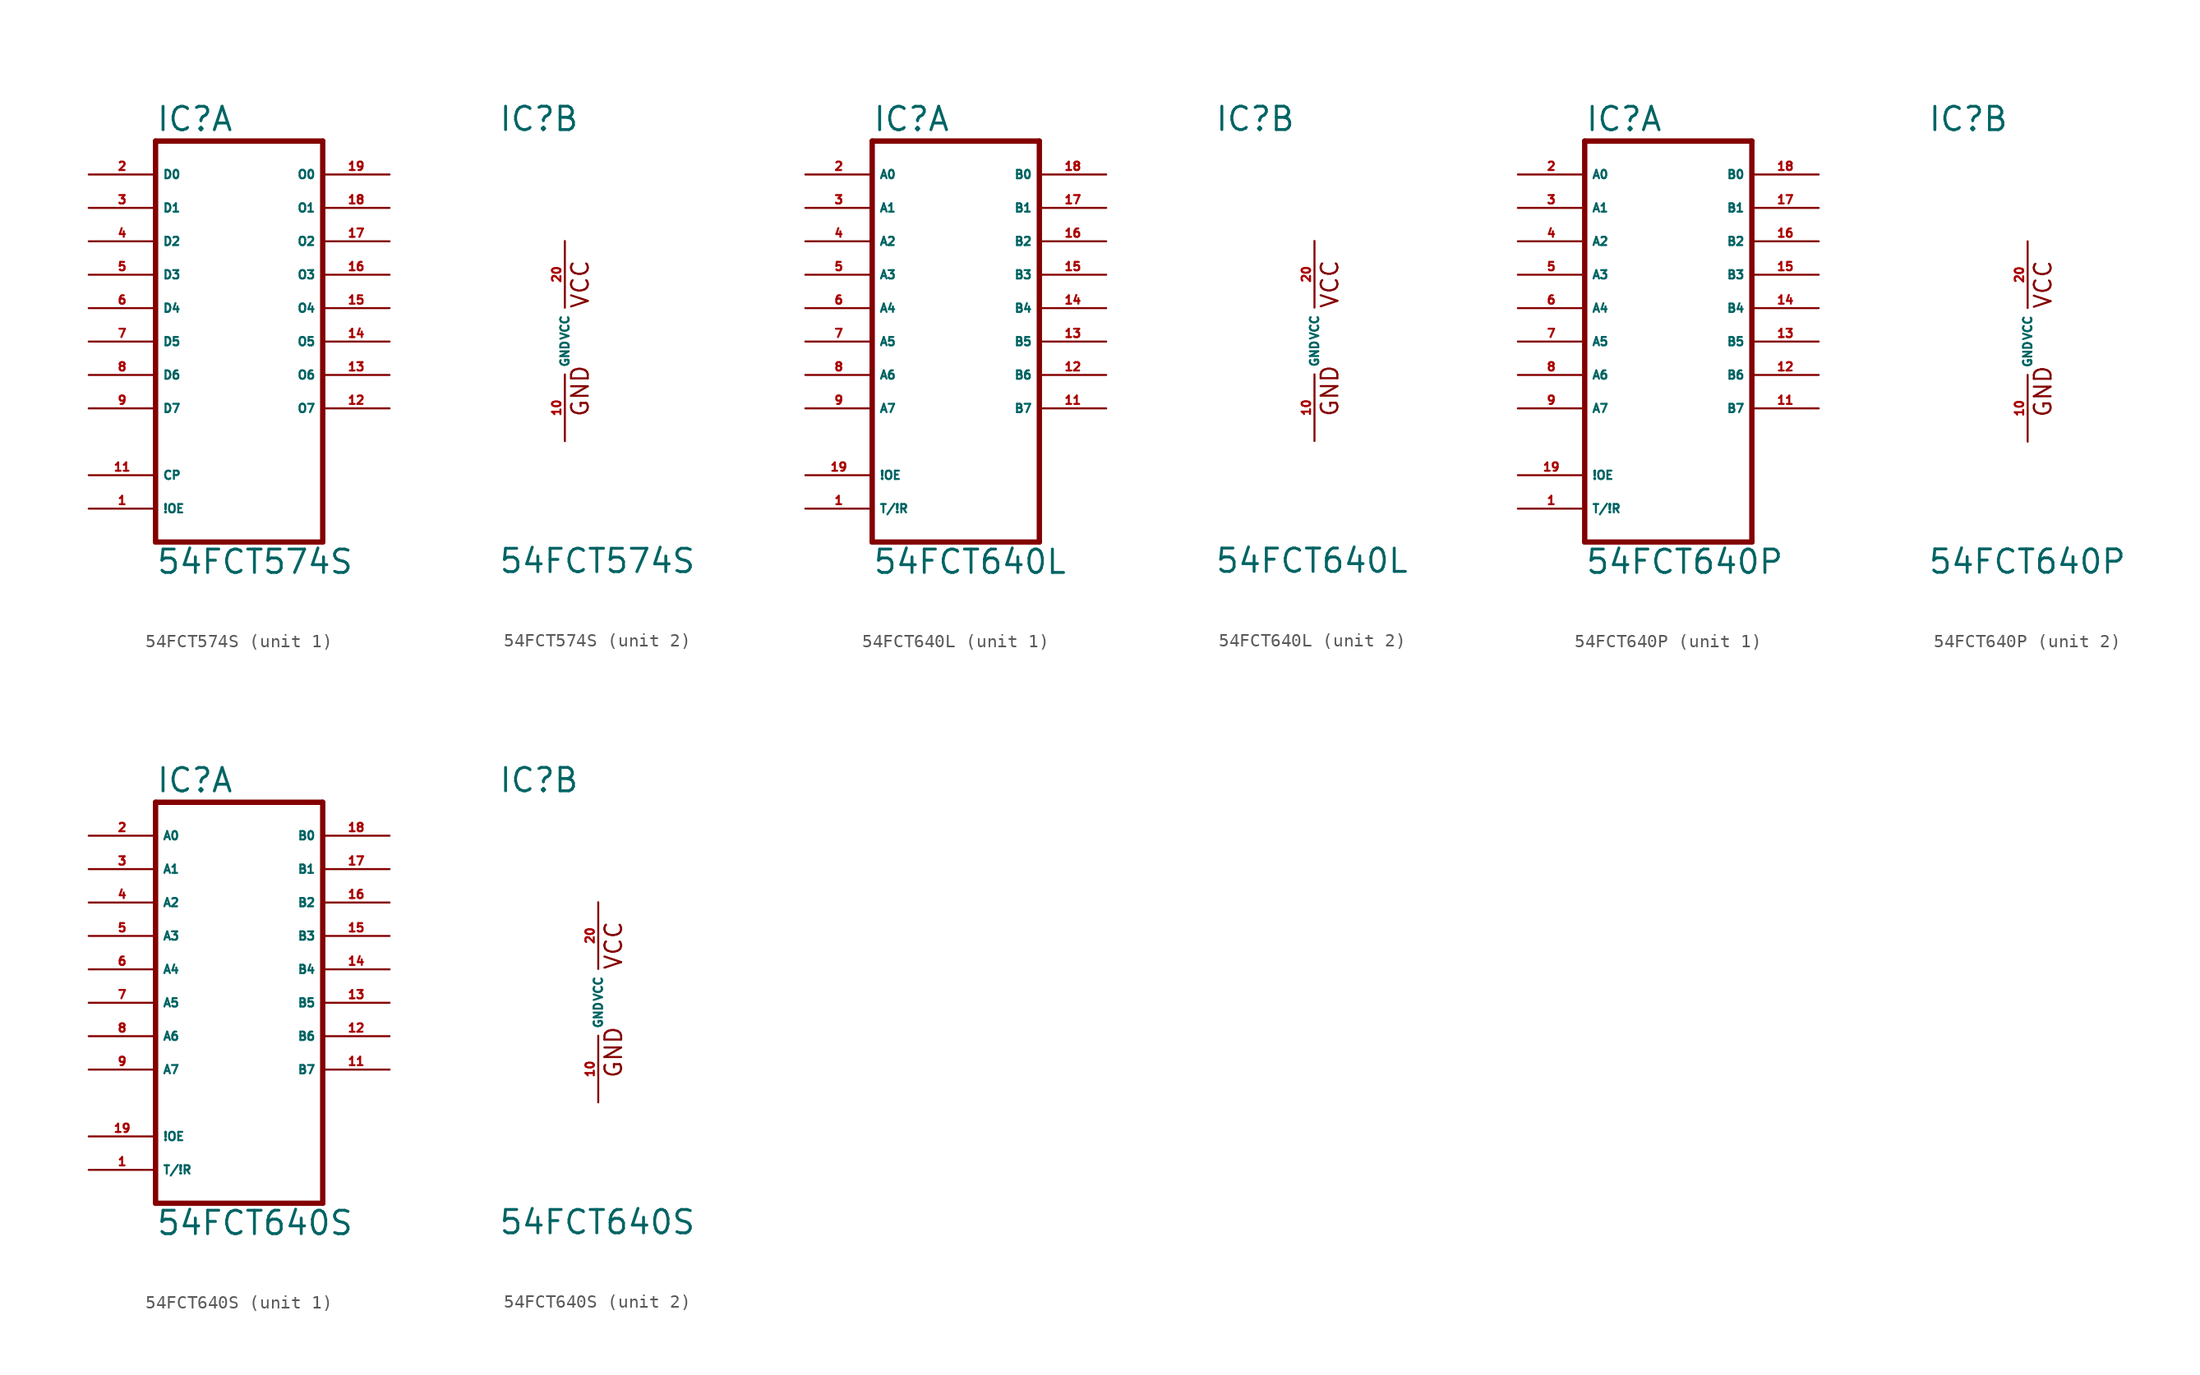
<source format=kicad_sym>
(kicad_symbol_lib
  (version 20220914)
  (generator Eagle2Kicad)
  (symbol "54FCT574S"
    (property "Reference" "IC"
      (at -5.08 15.875 0)
      (effects (font (size 1.778 1.778) (thickness 0.22)) (justify left bottom)))
    (property "Value" "54FCT574S"
      (at -5.08 -17.78 0)
      (effects (font (size 1.778 1.778) (thickness 0.22)) (justify left bottom)))
    (symbol "54FCT574S_1_0"
      (polyline (pts (xy -5.08 -15.24) (xy 7.62 -15.24)) (stroke (width 0.406) (type default)) (fill (type none)))
      (polyline (pts (xy 7.62 -15.24) (xy 7.62 15.24)) (stroke (width 0.406) (type default)) (fill (type none)))
      (polyline (pts (xy 7.62 15.24) (xy -5.08 15.24)) (stroke (width 0.406) (type default)) (fill (type none)))
      (polyline (pts (xy -5.08 15.24) (xy -5.08 -15.24)) (stroke (width 0.406) (type default)) (fill (type none)))
      (pin input line (at -10.16 12.7 0) (length 5.08) (name "D0" (effects (font (size 0.635 0.635) (thickness 0.08)) (justify left bottom))) (number "2" (effects (font (size 0.635 0.635) (thickness 0.08)) (justify left bottom))))
      (pin input line (at -10.16 10.16 0) (length 5.08) (name "D1" (effects (font (size 0.635 0.635) (thickness 0.08)) (justify left bottom))) (number "3" (effects (font (size 0.635 0.635) (thickness 0.08)) (justify left bottom))))
      (pin input line (at -10.16 7.62 0) (length 5.08) (name "D2" (effects (font (size 0.635 0.635) (thickness 0.08)) (justify left bottom))) (number "4" (effects (font (size 0.635 0.635) (thickness 0.08)) (justify left bottom))))
      (pin input line (at -10.16 5.08 0) (length 5.08) (name "D3" (effects (font (size 0.635 0.635) (thickness 0.08)) (justify left bottom))) (number "5" (effects (font (size 0.635 0.635) (thickness 0.08)) (justify left bottom))))
      (pin input line (at -10.16 2.54 0) (length 5.08) (name "D4" (effects (font (size 0.635 0.635) (thickness 0.08)) (justify left bottom))) (number "6" (effects (font (size 0.635 0.635) (thickness 0.08)) (justify left bottom))))
      (pin input line (at -10.16 0 0) (length 5.08) (name "D5" (effects (font (size 0.635 0.635) (thickness 0.08)) (justify left bottom))) (number "7" (effects (font (size 0.635 0.635) (thickness 0.08)) (justify left bottom))))
      (pin input line (at -10.16 -2.54 0) (length 5.08) (name "D6" (effects (font (size 0.635 0.635) (thickness 0.08)) (justify left bottom))) (number "8" (effects (font (size 0.635 0.635) (thickness 0.08)) (justify left bottom))))
      (pin input line (at -10.16 -5.08 0) (length 5.08) (name "D7" (effects (font (size 0.635 0.635) (thickness 0.08)) (justify left bottom))) (number "9" (effects (font (size 0.635 0.635) (thickness 0.08)) (justify left bottom))))
      (pin input line (at -10.16 -10.16 0) (length 5.08) (name "CP" (effects (font (size 0.635 0.635) (thickness 0.08)) (justify left bottom))) (number "11" (effects (font (size 0.635 0.635) (thickness 0.08)) (justify left bottom))))
      (pin input line (at -10.16 -12.7 0) (length 5.08) (name "!OE" (effects (font (size 0.635 0.635) (thickness 0.08)) (justify left bottom))) (number "1" (effects (font (size 0.635 0.635) (thickness 0.08)) (justify left bottom))))
      (pin output line (at 12.7 12.7 180) (length 5.08) (name "O0" (effects (font (size 0.635 0.635) (thickness 0.08)) (justify left bottom))) (number "19" (effects (font (size 0.635 0.635) (thickness 0.08)) (justify left bottom))))
      (pin output line (at 12.7 10.16 180) (length 5.08) (name "O1" (effects (font (size 0.635 0.635) (thickness 0.08)) (justify left bottom))) (number "18" (effects (font (size 0.635 0.635) (thickness 0.08)) (justify left bottom))))
      (pin output line (at 12.7 7.62 180) (length 5.08) (name "O2" (effects (font (size 0.635 0.635) (thickness 0.08)) (justify left bottom))) (number "17" (effects (font (size 0.635 0.635) (thickness 0.08)) (justify left bottom))))
      (pin output line (at 12.7 5.08 180) (length 5.08) (name "O3" (effects (font (size 0.635 0.635) (thickness 0.08)) (justify left bottom))) (number "16" (effects (font (size 0.635 0.635) (thickness 0.08)) (justify left bottom))))
      (pin output line (at 12.7 2.54 180) (length 5.08) (name "O4" (effects (font (size 0.635 0.635) (thickness 0.08)) (justify left bottom))) (number "15" (effects (font (size 0.635 0.635) (thickness 0.08)) (justify left bottom))))
      (pin output line (at 12.7 0 180) (length 5.08) (name "O5" (effects (font (size 0.635 0.635) (thickness 0.08)) (justify left bottom))) (number "14" (effects (font (size 0.635 0.635) (thickness 0.08)) (justify left bottom))))
      (pin output line (at 12.7 -2.54 180) (length 5.08) (name "O6" (effects (font (size 0.635 0.635) (thickness 0.08)) (justify left bottom))) (number "13" (effects (font (size 0.635 0.635) (thickness 0.08)) (justify left bottom))))
      (pin output line (at 12.7 -5.08 180) (length 5.08) (name "O7" (effects (font (size 0.635 0.635) (thickness 0.08)) (justify left bottom))) (number "12" (effects (font (size 0.635 0.635) (thickness 0.08)) (justify left bottom)))))
    (symbol "54FCT574S_2_0"
      (text "GND" (at 1.905 -5.842 900) (effects (font (size 1.27 1.27) (thickness 0.16)) (justify left bottom)))
      (text "VCC" (at 1.905 2.413 900) (effects (font (size 1.27 1.27) (thickness 0.16)) (justify left bottom)))
      (pin unspecified line (at 0 7.62 270) (length 5.08) (name "VCC" (effects (font (size 0.635 0.635) (thickness 0.08)) (justify left bottom))) (number "20" (effects (font (size 0.635 0.635) (thickness 0.08)) (justify left bottom))))
      (pin unspecified line (at 0 -7.62 90) (length 5.08) (name "GND" (effects (font (size 0.635 0.635) (thickness 0.08)) (justify left bottom))) (number "10" (effects (font (size 0.635 0.635) (thickness 0.08)) (justify left bottom))))))
  (symbol "54FCT640L"
    (property "Reference" "IC"
      (at -7.62 15.875 0)
      (effects (font (size 1.778 1.778) (thickness 0.22)) (justify left bottom)))
    (property "Value" "54FCT640L"
      (at -7.62 -17.78 0)
      (effects (font (size 1.778 1.778) (thickness 0.22)) (justify left bottom)))
    (symbol "54FCT640L_1_0"
      (polyline (pts (xy -7.62 -15.24) (xy 5.08 -15.24)) (stroke (width 0.406) (type default)) (fill (type none)))
      (polyline (pts (xy 5.08 -15.24) (xy 5.08 15.24)) (stroke (width 0.406) (type default)) (fill (type none)))
      (polyline (pts (xy 5.08 15.24) (xy -7.62 15.24)) (stroke (width 0.406) (type default)) (fill (type none)))
      (polyline (pts (xy -7.62 15.24) (xy -7.62 -15.24)) (stroke (width 0.406) (type default)) (fill (type none)))
      (pin bidirectional line (at -12.7 12.7 0) (length 5.08) (name "A0" (effects (font (size 0.635 0.635) (thickness 0.08)) (justify left bottom))) (number "2" (effects (font (size 0.635 0.635) (thickness 0.08)) (justify left bottom))))
      (pin bidirectional line (at -12.7 10.16 0) (length 5.08) (name "A1" (effects (font (size 0.635 0.635) (thickness 0.08)) (justify left bottom))) (number "3" (effects (font (size 0.635 0.635) (thickness 0.08)) (justify left bottom))))
      (pin bidirectional line (at -12.7 7.62 0) (length 5.08) (name "A2" (effects (font (size 0.635 0.635) (thickness 0.08)) (justify left bottom))) (number "4" (effects (font (size 0.635 0.635) (thickness 0.08)) (justify left bottom))))
      (pin bidirectional line (at -12.7 5.08 0) (length 5.08) (name "A3" (effects (font (size 0.635 0.635) (thickness 0.08)) (justify left bottom))) (number "5" (effects (font (size 0.635 0.635) (thickness 0.08)) (justify left bottom))))
      (pin bidirectional line (at -12.7 2.54 0) (length 5.08) (name "A4" (effects (font (size 0.635 0.635) (thickness 0.08)) (justify left bottom))) (number "6" (effects (font (size 0.635 0.635) (thickness 0.08)) (justify left bottom))))
      (pin bidirectional line (at -12.7 0 0) (length 5.08) (name "A5" (effects (font (size 0.635 0.635) (thickness 0.08)) (justify left bottom))) (number "7" (effects (font (size 0.635 0.635) (thickness 0.08)) (justify left bottom))))
      (pin bidirectional line (at -12.7 -2.54 0) (length 5.08) (name "A6" (effects (font (size 0.635 0.635) (thickness 0.08)) (justify left bottom))) (number "8" (effects (font (size 0.635 0.635) (thickness 0.08)) (justify left bottom))))
      (pin bidirectional line (at -12.7 -5.08 0) (length 5.08) (name "A7" (effects (font (size 0.635 0.635) (thickness 0.08)) (justify left bottom))) (number "9" (effects (font (size 0.635 0.635) (thickness 0.08)) (justify left bottom))))
      (pin bidirectional line (at 10.16 12.7 180) (length 5.08) (name "B0" (effects (font (size 0.635 0.635) (thickness 0.08)) (justify left bottom))) (number "18" (effects (font (size 0.635 0.635) (thickness 0.08)) (justify left bottom))))
      (pin bidirectional line (at 10.16 10.16 180) (length 5.08) (name "B1" (effects (font (size 0.635 0.635) (thickness 0.08)) (justify left bottom))) (number "17" (effects (font (size 0.635 0.635) (thickness 0.08)) (justify left bottom))))
      (pin bidirectional line (at 10.16 7.62 180) (length 5.08) (name "B2" (effects (font (size 0.635 0.635) (thickness 0.08)) (justify left bottom))) (number "16" (effects (font (size 0.635 0.635) (thickness 0.08)) (justify left bottom))))
      (pin bidirectional line (at 10.16 5.08 180) (length 5.08) (name "B3" (effects (font (size 0.635 0.635) (thickness 0.08)) (justify left bottom))) (number "15" (effects (font (size 0.635 0.635) (thickness 0.08)) (justify left bottom))))
      (pin bidirectional line (at 10.16 2.54 180) (length 5.08) (name "B4" (effects (font (size 0.635 0.635) (thickness 0.08)) (justify left bottom))) (number "14" (effects (font (size 0.635 0.635) (thickness 0.08)) (justify left bottom))))
      (pin bidirectional line (at 10.16 0 180) (length 5.08) (name "B5" (effects (font (size 0.635 0.635) (thickness 0.08)) (justify left bottom))) (number "13" (effects (font (size 0.635 0.635) (thickness 0.08)) (justify left bottom))))
      (pin bidirectional line (at 10.16 -2.54 180) (length 5.08) (name "B6" (effects (font (size 0.635 0.635) (thickness 0.08)) (justify left bottom))) (number "12" (effects (font (size 0.635 0.635) (thickness 0.08)) (justify left bottom))))
      (pin bidirectional line (at 10.16 -5.08 180) (length 5.08) (name "B7" (effects (font (size 0.635 0.635) (thickness 0.08)) (justify left bottom))) (number "11" (effects (font (size 0.635 0.635) (thickness 0.08)) (justify left bottom))))
      (pin input line (at -12.7 -10.16 0) (length 5.08) (name "!OE" (effects (font (size 0.635 0.635) (thickness 0.08)) (justify left bottom))) (number "19" (effects (font (size 0.635 0.635) (thickness 0.08)) (justify left bottom))))
      (pin input line (at -12.7 -12.7 0) (length 5.08) (name "T/!R" (effects (font (size 0.635 0.635) (thickness 0.08)) (justify left bottom))) (number "1" (effects (font (size 0.635 0.635) (thickness 0.08)) (justify left bottom)))))
    (symbol "54FCT640L_2_0"
      (text "GND" (at 1.905 -5.842 900) (effects (font (size 1.27 1.27) (thickness 0.16)) (justify left bottom)))
      (text "VCC" (at 1.905 2.413 900) (effects (font (size 1.27 1.27) (thickness 0.16)) (justify left bottom)))
      (pin unspecified line (at 0 7.62 270) (length 5.08) (name "VCC" (effects (font (size 0.635 0.635) (thickness 0.08)) (justify left bottom))) (number "20" (effects (font (size 0.635 0.635) (thickness 0.08)) (justify left bottom))))
      (pin unspecified line (at 0 -7.62 90) (length 5.08) (name "GND" (effects (font (size 0.635 0.635) (thickness 0.08)) (justify left bottom))) (number "10" (effects (font (size 0.635 0.635) (thickness 0.08)) (justify left bottom))))))
  (symbol "54FCT640P"
    (property "Reference" "IC"
      (at -7.62 15.875 0)
      (effects (font (size 1.778 1.778) (thickness 0.22)) (justify left bottom)))
    (property "Value" "54FCT640P"
      (at -7.62 -17.78 0)
      (effects (font (size 1.778 1.778) (thickness 0.22)) (justify left bottom)))
    (symbol "54FCT640P_1_0"
      (polyline (pts (xy -7.62 -15.24) (xy 5.08 -15.24)) (stroke (width 0.406) (type default)) (fill (type none)))
      (polyline (pts (xy 5.08 -15.24) (xy 5.08 15.24)) (stroke (width 0.406) (type default)) (fill (type none)))
      (polyline (pts (xy 5.08 15.24) (xy -7.62 15.24)) (stroke (width 0.406) (type default)) (fill (type none)))
      (polyline (pts (xy -7.62 15.24) (xy -7.62 -15.24)) (stroke (width 0.406) (type default)) (fill (type none)))
      (pin bidirectional line (at -12.7 12.7 0) (length 5.08) (name "A0" (effects (font (size 0.635 0.635) (thickness 0.08)) (justify left bottom))) (number "2" (effects (font (size 0.635 0.635) (thickness 0.08)) (justify left bottom))))
      (pin bidirectional line (at -12.7 10.16 0) (length 5.08) (name "A1" (effects (font (size 0.635 0.635) (thickness 0.08)) (justify left bottom))) (number "3" (effects (font (size 0.635 0.635) (thickness 0.08)) (justify left bottom))))
      (pin bidirectional line (at -12.7 7.62 0) (length 5.08) (name "A2" (effects (font (size 0.635 0.635) (thickness 0.08)) (justify left bottom))) (number "4" (effects (font (size 0.635 0.635) (thickness 0.08)) (justify left bottom))))
      (pin bidirectional line (at -12.7 5.08 0) (length 5.08) (name "A3" (effects (font (size 0.635 0.635) (thickness 0.08)) (justify left bottom))) (number "5" (effects (font (size 0.635 0.635) (thickness 0.08)) (justify left bottom))))
      (pin bidirectional line (at -12.7 2.54 0) (length 5.08) (name "A4" (effects (font (size 0.635 0.635) (thickness 0.08)) (justify left bottom))) (number "6" (effects (font (size 0.635 0.635) (thickness 0.08)) (justify left bottom))))
      (pin bidirectional line (at -12.7 0 0) (length 5.08) (name "A5" (effects (font (size 0.635 0.635) (thickness 0.08)) (justify left bottom))) (number "7" (effects (font (size 0.635 0.635) (thickness 0.08)) (justify left bottom))))
      (pin bidirectional line (at -12.7 -2.54 0) (length 5.08) (name "A6" (effects (font (size 0.635 0.635) (thickness 0.08)) (justify left bottom))) (number "8" (effects (font (size 0.635 0.635) (thickness 0.08)) (justify left bottom))))
      (pin bidirectional line (at -12.7 -5.08 0) (length 5.08) (name "A7" (effects (font (size 0.635 0.635) (thickness 0.08)) (justify left bottom))) (number "9" (effects (font (size 0.635 0.635) (thickness 0.08)) (justify left bottom))))
      (pin bidirectional line (at 10.16 12.7 180) (length 5.08) (name "B0" (effects (font (size 0.635 0.635) (thickness 0.08)) (justify left bottom))) (number "18" (effects (font (size 0.635 0.635) (thickness 0.08)) (justify left bottom))))
      (pin bidirectional line (at 10.16 10.16 180) (length 5.08) (name "B1" (effects (font (size 0.635 0.635) (thickness 0.08)) (justify left bottom))) (number "17" (effects (font (size 0.635 0.635) (thickness 0.08)) (justify left bottom))))
      (pin bidirectional line (at 10.16 7.62 180) (length 5.08) (name "B2" (effects (font (size 0.635 0.635) (thickness 0.08)) (justify left bottom))) (number "16" (effects (font (size 0.635 0.635) (thickness 0.08)) (justify left bottom))))
      (pin bidirectional line (at 10.16 5.08 180) (length 5.08) (name "B3" (effects (font (size 0.635 0.635) (thickness 0.08)) (justify left bottom))) (number "15" (effects (font (size 0.635 0.635) (thickness 0.08)) (justify left bottom))))
      (pin bidirectional line (at 10.16 2.54 180) (length 5.08) (name "B4" (effects (font (size 0.635 0.635) (thickness 0.08)) (justify left bottom))) (number "14" (effects (font (size 0.635 0.635) (thickness 0.08)) (justify left bottom))))
      (pin bidirectional line (at 10.16 0 180) (length 5.08) (name "B5" (effects (font (size 0.635 0.635) (thickness 0.08)) (justify left bottom))) (number "13" (effects (font (size 0.635 0.635) (thickness 0.08)) (justify left bottom))))
      (pin bidirectional line (at 10.16 -2.54 180) (length 5.08) (name "B6" (effects (font (size 0.635 0.635) (thickness 0.08)) (justify left bottom))) (number "12" (effects (font (size 0.635 0.635) (thickness 0.08)) (justify left bottom))))
      (pin bidirectional line (at 10.16 -5.08 180) (length 5.08) (name "B7" (effects (font (size 0.635 0.635) (thickness 0.08)) (justify left bottom))) (number "11" (effects (font (size 0.635 0.635) (thickness 0.08)) (justify left bottom))))
      (pin input line (at -12.7 -10.16 0) (length 5.08) (name "!OE" (effects (font (size 0.635 0.635) (thickness 0.08)) (justify left bottom))) (number "19" (effects (font (size 0.635 0.635) (thickness 0.08)) (justify left bottom))))
      (pin input line (at -12.7 -12.7 0) (length 5.08) (name "T/!R" (effects (font (size 0.635 0.635) (thickness 0.08)) (justify left bottom))) (number "1" (effects (font (size 0.635 0.635) (thickness 0.08)) (justify left bottom)))))
    (symbol "54FCT640P_2_0"
      (text "GND" (at 1.905 -5.842 900) (effects (font (size 1.27 1.27) (thickness 0.16)) (justify left bottom)))
      (text "VCC" (at 1.905 2.413 900) (effects (font (size 1.27 1.27) (thickness 0.16)) (justify left bottom)))
      (pin unspecified line (at 0 7.62 270) (length 5.08) (name "VCC" (effects (font (size 0.635 0.635) (thickness 0.08)) (justify left bottom))) (number "20" (effects (font (size 0.635 0.635) (thickness 0.08)) (justify left bottom))))
      (pin unspecified line (at 0 -7.62 90) (length 5.08) (name "GND" (effects (font (size 0.635 0.635) (thickness 0.08)) (justify left bottom))) (number "10" (effects (font (size 0.635 0.635) (thickness 0.08)) (justify left bottom))))))
  (symbol "54FCT640S"
    (property "Reference" "IC"
      (at -7.62 15.875 0)
      (effects (font (size 1.778 1.778) (thickness 0.22)) (justify left bottom)))
    (property "Value" "54FCT640S"
      (at -7.62 -17.78 0)
      (effects (font (size 1.778 1.778) (thickness 0.22)) (justify left bottom)))
    (symbol "54FCT640S_1_0"
      (polyline (pts (xy -7.62 -15.24) (xy 5.08 -15.24)) (stroke (width 0.406) (type default)) (fill (type none)))
      (polyline (pts (xy 5.08 -15.24) (xy 5.08 15.24)) (stroke (width 0.406) (type default)) (fill (type none)))
      (polyline (pts (xy 5.08 15.24) (xy -7.62 15.24)) (stroke (width 0.406) (type default)) (fill (type none)))
      (polyline (pts (xy -7.62 15.24) (xy -7.62 -15.24)) (stroke (width 0.406) (type default)) (fill (type none)))
      (pin bidirectional line (at -12.7 12.7 0) (length 5.08) (name "A0" (effects (font (size 0.635 0.635) (thickness 0.08)) (justify left bottom))) (number "2" (effects (font (size 0.635 0.635) (thickness 0.08)) (justify left bottom))))
      (pin bidirectional line (at -12.7 10.16 0) (length 5.08) (name "A1" (effects (font (size 0.635 0.635) (thickness 0.08)) (justify left bottom))) (number "3" (effects (font (size 0.635 0.635) (thickness 0.08)) (justify left bottom))))
      (pin bidirectional line (at -12.7 7.62 0) (length 5.08) (name "A2" (effects (font (size 0.635 0.635) (thickness 0.08)) (justify left bottom))) (number "4" (effects (font (size 0.635 0.635) (thickness 0.08)) (justify left bottom))))
      (pin bidirectional line (at -12.7 5.08 0) (length 5.08) (name "A3" (effects (font (size 0.635 0.635) (thickness 0.08)) (justify left bottom))) (number "5" (effects (font (size 0.635 0.635) (thickness 0.08)) (justify left bottom))))
      (pin bidirectional line (at -12.7 2.54 0) (length 5.08) (name "A4" (effects (font (size 0.635 0.635) (thickness 0.08)) (justify left bottom))) (number "6" (effects (font (size 0.635 0.635) (thickness 0.08)) (justify left bottom))))
      (pin bidirectional line (at -12.7 0 0) (length 5.08) (name "A5" (effects (font (size 0.635 0.635) (thickness 0.08)) (justify left bottom))) (number "7" (effects (font (size 0.635 0.635) (thickness 0.08)) (justify left bottom))))
      (pin bidirectional line (at -12.7 -2.54 0) (length 5.08) (name "A6" (effects (font (size 0.635 0.635) (thickness 0.08)) (justify left bottom))) (number "8" (effects (font (size 0.635 0.635) (thickness 0.08)) (justify left bottom))))
      (pin bidirectional line (at -12.7 -5.08 0) (length 5.08) (name "A7" (effects (font (size 0.635 0.635) (thickness 0.08)) (justify left bottom))) (number "9" (effects (font (size 0.635 0.635) (thickness 0.08)) (justify left bottom))))
      (pin bidirectional line (at 10.16 12.7 180) (length 5.08) (name "B0" (effects (font (size 0.635 0.635) (thickness 0.08)) (justify left bottom))) (number "18" (effects (font (size 0.635 0.635) (thickness 0.08)) (justify left bottom))))
      (pin bidirectional line (at 10.16 10.16 180) (length 5.08) (name "B1" (effects (font (size 0.635 0.635) (thickness 0.08)) (justify left bottom))) (number "17" (effects (font (size 0.635 0.635) (thickness 0.08)) (justify left bottom))))
      (pin bidirectional line (at 10.16 7.62 180) (length 5.08) (name "B2" (effects (font (size 0.635 0.635) (thickness 0.08)) (justify left bottom))) (number "16" (effects (font (size 0.635 0.635) (thickness 0.08)) (justify left bottom))))
      (pin bidirectional line (at 10.16 5.08 180) (length 5.08) (name "B3" (effects (font (size 0.635 0.635) (thickness 0.08)) (justify left bottom))) (number "15" (effects (font (size 0.635 0.635) (thickness 0.08)) (justify left bottom))))
      (pin bidirectional line (at 10.16 2.54 180) (length 5.08) (name "B4" (effects (font (size 0.635 0.635) (thickness 0.08)) (justify left bottom))) (number "14" (effects (font (size 0.635 0.635) (thickness 0.08)) (justify left bottom))))
      (pin bidirectional line (at 10.16 0 180) (length 5.08) (name "B5" (effects (font (size 0.635 0.635) (thickness 0.08)) (justify left bottom))) (number "13" (effects (font (size 0.635 0.635) (thickness 0.08)) (justify left bottom))))
      (pin bidirectional line (at 10.16 -2.54 180) (length 5.08) (name "B6" (effects (font (size 0.635 0.635) (thickness 0.08)) (justify left bottom))) (number "12" (effects (font (size 0.635 0.635) (thickness 0.08)) (justify left bottom))))
      (pin bidirectional line (at 10.16 -5.08 180) (length 5.08) (name "B7" (effects (font (size 0.635 0.635) (thickness 0.08)) (justify left bottom))) (number "11" (effects (font (size 0.635 0.635) (thickness 0.08)) (justify left bottom))))
      (pin input line (at -12.7 -10.16 0) (length 5.08) (name "!OE" (effects (font (size 0.635 0.635) (thickness 0.08)) (justify left bottom))) (number "19" (effects (font (size 0.635 0.635) (thickness 0.08)) (justify left bottom))))
      (pin input line (at -12.7 -12.7 0) (length 5.08) (name "T/!R" (effects (font (size 0.635 0.635) (thickness 0.08)) (justify left bottom))) (number "1" (effects (font (size 0.635 0.635) (thickness 0.08)) (justify left bottom)))))
    (symbol "54FCT640S_2_0"
      (text "GND" (at 1.905 -5.842 900) (effects (font (size 1.27 1.27) (thickness 0.16)) (justify left bottom)))
      (text "VCC" (at 1.905 2.413 900) (effects (font (size 1.27 1.27) (thickness 0.16)) (justify left bottom)))
      (pin unspecified line (at 0 7.62 270) (length 5.08) (name "VCC" (effects (font (size 0.635 0.635) (thickness 0.08)) (justify left bottom))) (number "20" (effects (font (size 0.635 0.635) (thickness 0.08)) (justify left bottom))))
      (pin unspecified line (at 0 -7.62 90) (length 5.08) (name "GND" (effects (font (size 0.635 0.635) (thickness 0.08)) (justify left bottom))) (number "10" (effects (font (size 0.635 0.635) (thickness 0.08)) (justify left bottom)))))))
</source>
